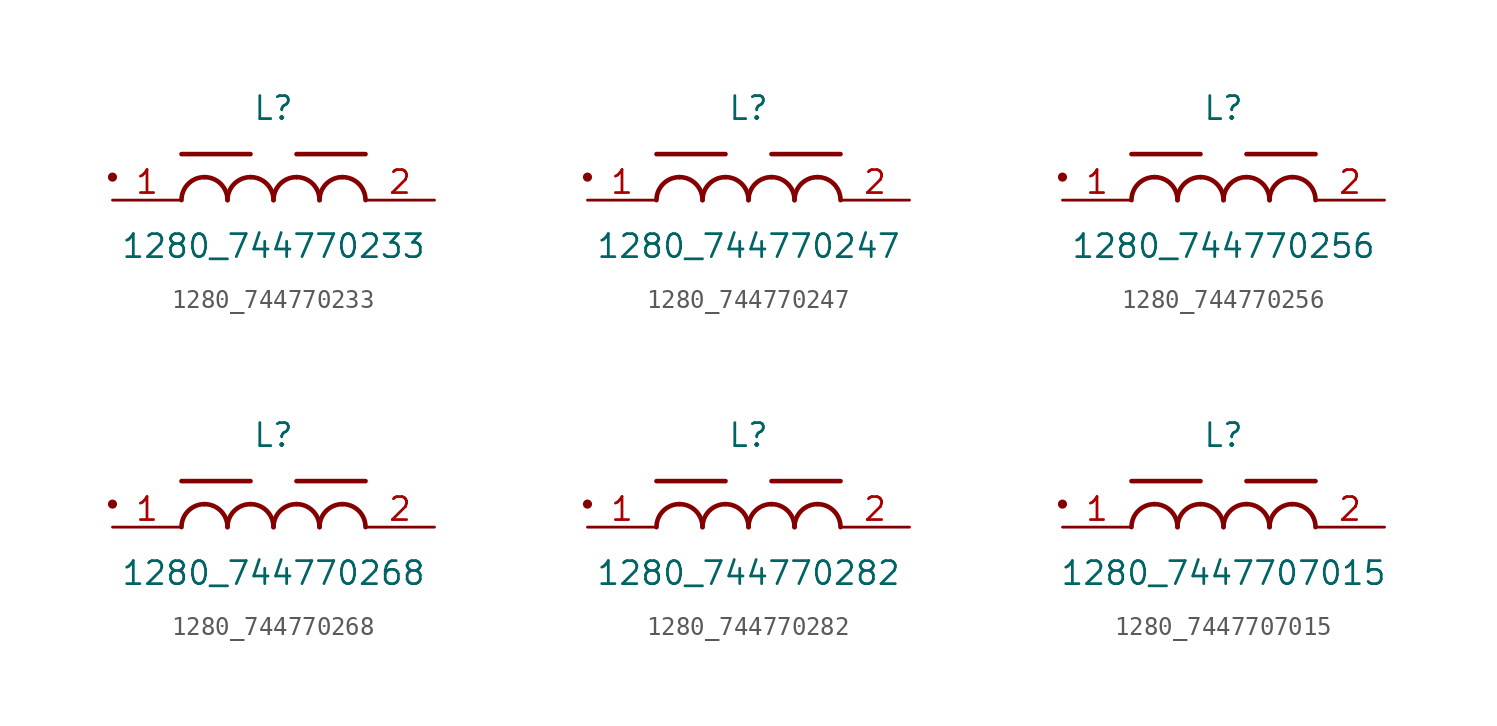
<source format=kicad_sym>
(kicad_symbol_lib
  (version 20211014)
  (generator kicad_symbol_editor)
  (symbol "Inductor_Wurth_WE-PD:1280_744770233"
    (pin_names hide)
    (property "Reference" "L"
      (at 0 5.08 0)
      (effects (font (size 1.27 1.27))))
    (property "Value" "1280_744770233"
      (at 0 -2.54 0)
      (effects (font (size 1.27 1.27))))
    (symbol "1280_744770233_0_1"
      (circle (center -8.89 1.27) (radius 0.0001) (stroke (width 0.254)) (stroke (width 0.254) (type default) (color 0 0 0 0)) (fill (type none)))
      (arc (start -3.81 1.27) (mid -4.708 0.898) (end -5.08 0) (stroke (width 0.254) (type default) (color 0 0 0 0)) (fill (type none)))
      (arc (start -2.54 0) (mid -2.912 0.898) (end -3.81 1.27) (stroke (width 0.254) (type default) (color 0 0 0 0)) (fill (type none)))
      (arc (start -1.2699 1.2701) (mid -2.1679 0.8981) (end -2.5399 0.0001) (stroke (width 0.254) (type default) (color 0 0 0 0)) (fill (type none)))
      (polyline (pts (xy -5.08 2.54) (xy -1.27 2.54)) (stroke (width 0.254) (type default) (color 0 0 0 0)) (fill (type none)))
      (polyline (pts (xy 5.08 2.54) (xy 1.27 2.54)) (stroke (width 0.254) (type default) (color 0 0 0 0)) (fill (type none)))
      (arc (start 0.0001 0.0001) (mid -0.3719 0.8981) (end -1.2699 1.2701) (stroke (width 0.254) (type default) (color 0 0 0 0)) (fill (type none)))
      (arc (start 1.2701 1.2701) (mid 0.3721 0.8981) (end 0.0001 0.0001) (stroke (width 0.254) (type default) (color 0 0 0 0)) (fill (type none)))
      (arc (start 2.5401 0.0001) (mid 2.1681 0.8981) (end 1.2701 1.2701) (stroke (width 0.254) (type default) (color 0 0 0 0)) (fill (type none)))
      (arc (start 3.8101 1.2701) (mid 2.9121 0.8981) (end 2.5401 0.0001) (stroke (width 0.254) (type default) (color 0 0 0 0)) (fill (type none)))
      (arc (start 5.0801 0.0001) (mid 4.7081 0.8981) (end 3.8101 1.2701) (stroke (width 0.254) (type default) (color 0 0 0 0)) (fill (type none))))
    (symbol "1280_744770233_1_1"
      (pin passive line (at -8.89 0 0) (length 3.81) (name "1" (effects (font (size 1.27 1.27)))) (number "1" (effects (font (size 1.27 1.27)))))
      (pin passive line (at 8.89 0 180) (length 3.81) (name "2" (effects (font (size 1.27 1.27)))) (number "2" (effects (font (size 1.27 1.27)))))))
  (symbol "Inductor_Wurth_WE-PD:1280_744770247"
    (pin_names hide)
    (property "Reference" "L"
      (at 0 5.08 0)
      (effects (font (size 1.27 1.27))))
    (property "Value" "1280_744770247"
      (at 0 -2.54 0)
      (effects (font (size 1.27 1.27))))
    (symbol "1280_744770247_0_1"
      (circle (center -8.89 1.27) (radius 0.0001) (stroke (width 0.254)) (stroke (width 0.254) (type default) (color 0 0 0 0)) (fill (type none)))
      (arc (start -3.81 1.27) (mid -4.708 0.898) (end -5.08 0) (stroke (width 0.254) (type default) (color 0 0 0 0)) (fill (type none)))
      (arc (start -2.54 0) (mid -2.912 0.898) (end -3.81 1.27) (stroke (width 0.254) (type default) (color 0 0 0 0)) (fill (type none)))
      (arc (start -1.2699 1.2701) (mid -2.1679 0.8981) (end -2.5399 0.0001) (stroke (width 0.254) (type default) (color 0 0 0 0)) (fill (type none)))
      (polyline (pts (xy -5.08 2.54) (xy -1.27 2.54)) (stroke (width 0.254) (type default) (color 0 0 0 0)) (fill (type none)))
      (polyline (pts (xy 5.08 2.54) (xy 1.27 2.54)) (stroke (width 0.254) (type default) (color 0 0 0 0)) (fill (type none)))
      (arc (start 0.0001 0.0001) (mid -0.3719 0.8981) (end -1.2699 1.2701) (stroke (width 0.254) (type default) (color 0 0 0 0)) (fill (type none)))
      (arc (start 1.2701 1.2701) (mid 0.3721 0.8981) (end 0.0001 0.0001) (stroke (width 0.254) (type default) (color 0 0 0 0)) (fill (type none)))
      (arc (start 2.5401 0.0001) (mid 2.1681 0.8981) (end 1.2701 1.2701) (stroke (width 0.254) (type default) (color 0 0 0 0)) (fill (type none)))
      (arc (start 3.8101 1.2701) (mid 2.9121 0.8981) (end 2.5401 0.0001) (stroke (width 0.254) (type default) (color 0 0 0 0)) (fill (type none)))
      (arc (start 5.0801 0.0001) (mid 4.7081 0.8981) (end 3.8101 1.2701) (stroke (width 0.254) (type default) (color 0 0 0 0)) (fill (type none))))
    (symbol "1280_744770247_1_1"
      (pin passive line (at -8.89 0 0) (length 3.81) (name "1" (effects (font (size 1.27 1.27)))) (number "1" (effects (font (size 1.27 1.27)))))
      (pin passive line (at 8.89 0 180) (length 3.81) (name "2" (effects (font (size 1.27 1.27)))) (number "2" (effects (font (size 1.27 1.27)))))))
  (symbol "Inductor_Wurth_WE-PD:1280_744770256"
    (pin_names hide)
    (property "Reference" "L"
      (at 0 5.08 0)
      (effects (font (size 1.27 1.27))))
    (property "Value" "1280_744770256"
      (at 0 -2.54 0)
      (effects (font (size 1.27 1.27))))
    (symbol "1280_744770256_0_1"
      (circle (center -8.89 1.27) (radius 0.0001) (stroke (width 0.254)) (stroke (width 0.254) (type default) (color 0 0 0 0)) (fill (type none)))
      (arc (start -3.81 1.27) (mid -4.708 0.898) (end -5.08 0) (stroke (width 0.254) (type default) (color 0 0 0 0)) (fill (type none)))
      (arc (start -2.54 0) (mid -2.912 0.898) (end -3.81 1.27) (stroke (width 0.254) (type default) (color 0 0 0 0)) (fill (type none)))
      (arc (start -1.2699 1.2701) (mid -2.1679 0.8981) (end -2.5399 0.0001) (stroke (width 0.254) (type default) (color 0 0 0 0)) (fill (type none)))
      (polyline (pts (xy -5.08 2.54) (xy -1.27 2.54)) (stroke (width 0.254) (type default) (color 0 0 0 0)) (fill (type none)))
      (polyline (pts (xy 5.08 2.54) (xy 1.27 2.54)) (stroke (width 0.254) (type default) (color 0 0 0 0)) (fill (type none)))
      (arc (start 0.0001 0.0001) (mid -0.3719 0.8981) (end -1.2699 1.2701) (stroke (width 0.254) (type default) (color 0 0 0 0)) (fill (type none)))
      (arc (start 1.2701 1.2701) (mid 0.3721 0.8981) (end 0.0001 0.0001) (stroke (width 0.254) (type default) (color 0 0 0 0)) (fill (type none)))
      (arc (start 2.5401 0.0001) (mid 2.1681 0.8981) (end 1.2701 1.2701) (stroke (width 0.254) (type default) (color 0 0 0 0)) (fill (type none)))
      (arc (start 3.8101 1.2701) (mid 2.9121 0.8981) (end 2.5401 0.0001) (stroke (width 0.254) (type default) (color 0 0 0 0)) (fill (type none)))
      (arc (start 5.0801 0.0001) (mid 4.7081 0.8981) (end 3.8101 1.2701) (stroke (width 0.254) (type default) (color 0 0 0 0)) (fill (type none))))
    (symbol "1280_744770256_1_1"
      (pin passive line (at -8.89 0 0) (length 3.81) (name "1" (effects (font (size 1.27 1.27)))) (number "1" (effects (font (size 1.27 1.27)))))
      (pin passive line (at 8.89 0 180) (length 3.81) (name "2" (effects (font (size 1.27 1.27)))) (number "2" (effects (font (size 1.27 1.27)))))))
  (symbol "Inductor_Wurth_WE-PD:1280_744770268"
    (pin_names hide)
    (property "Reference" "L"
      (at 0 5.08 0)
      (effects (font (size 1.27 1.27))))
    (property "Value" "1280_744770268"
      (at 0 -2.54 0)
      (effects (font (size 1.27 1.27))))
    (symbol "1280_744770268_0_1"
      (circle (center -8.89 1.27) (radius 0.0001) (stroke (width 0.254)) (stroke (width 0.254) (type default) (color 0 0 0 0)) (fill (type none)))
      (arc (start -3.81 1.27) (mid -4.708 0.898) (end -5.08 0) (stroke (width 0.254) (type default) (color 0 0 0 0)) (fill (type none)))
      (arc (start -2.54 0) (mid -2.912 0.898) (end -3.81 1.27) (stroke (width 0.254) (type default) (color 0 0 0 0)) (fill (type none)))
      (arc (start -1.2699 1.2701) (mid -2.1679 0.8981) (end -2.5399 0.0001) (stroke (width 0.254) (type default) (color 0 0 0 0)) (fill (type none)))
      (polyline (pts (xy -5.08 2.54) (xy -1.27 2.54)) (stroke (width 0.254) (type default) (color 0 0 0 0)) (fill (type none)))
      (polyline (pts (xy 5.08 2.54) (xy 1.27 2.54)) (stroke (width 0.254) (type default) (color 0 0 0 0)) (fill (type none)))
      (arc (start 0.0001 0.0001) (mid -0.3719 0.8981) (end -1.2699 1.2701) (stroke (width 0.254) (type default) (color 0 0 0 0)) (fill (type none)))
      (arc (start 1.2701 1.2701) (mid 0.3721 0.8981) (end 0.0001 0.0001) (stroke (width 0.254) (type default) (color 0 0 0 0)) (fill (type none)))
      (arc (start 2.5401 0.0001) (mid 2.1681 0.8981) (end 1.2701 1.2701) (stroke (width 0.254) (type default) (color 0 0 0 0)) (fill (type none)))
      (arc (start 3.8101 1.2701) (mid 2.9121 0.8981) (end 2.5401 0.0001) (stroke (width 0.254) (type default) (color 0 0 0 0)) (fill (type none)))
      (arc (start 5.0801 0.0001) (mid 4.7081 0.8981) (end 3.8101 1.2701) (stroke (width 0.254) (type default) (color 0 0 0 0)) (fill (type none))))
    (symbol "1280_744770268_1_1"
      (pin passive line (at -8.89 0 0) (length 3.81) (name "1" (effects (font (size 1.27 1.27)))) (number "1" (effects (font (size 1.27 1.27)))))
      (pin passive line (at 8.89 0 180) (length 3.81) (name "2" (effects (font (size 1.27 1.27)))) (number "2" (effects (font (size 1.27 1.27)))))))
  (symbol "Inductor_Wurth_WE-PD:1280_744770282"
    (pin_names hide)
    (property "Reference" "L"
      (at 0 5.08 0)
      (effects (font (size 1.27 1.27))))
    (property "Value" "1280_744770282"
      (at 0 -2.54 0)
      (effects (font (size 1.27 1.27))))
    (symbol "1280_744770282_0_1"
      (circle (center -8.89 1.27) (radius 0.0001) (stroke (width 0.254)) (stroke (width 0.254) (type default) (color 0 0 0 0)) (fill (type none)))
      (arc (start -3.81 1.27) (mid -4.708 0.898) (end -5.08 0) (stroke (width 0.254) (type default) (color 0 0 0 0)) (fill (type none)))
      (arc (start -2.54 0) (mid -2.912 0.898) (end -3.81 1.27) (stroke (width 0.254) (type default) (color 0 0 0 0)) (fill (type none)))
      (arc (start -1.2699 1.2701) (mid -2.1679 0.8981) (end -2.5399 0.0001) (stroke (width 0.254) (type default) (color 0 0 0 0)) (fill (type none)))
      (polyline (pts (xy -5.08 2.54) (xy -1.27 2.54)) (stroke (width 0.254) (type default) (color 0 0 0 0)) (fill (type none)))
      (polyline (pts (xy 5.08 2.54) (xy 1.27 2.54)) (stroke (width 0.254) (type default) (color 0 0 0 0)) (fill (type none)))
      (arc (start 0.0001 0.0001) (mid -0.3719 0.8981) (end -1.2699 1.2701) (stroke (width 0.254) (type default) (color 0 0 0 0)) (fill (type none)))
      (arc (start 1.2701 1.2701) (mid 0.3721 0.8981) (end 0.0001 0.0001) (stroke (width 0.254) (type default) (color 0 0 0 0)) (fill (type none)))
      (arc (start 2.5401 0.0001) (mid 2.1681 0.8981) (end 1.2701 1.2701) (stroke (width 0.254) (type default) (color 0 0 0 0)) (fill (type none)))
      (arc (start 3.8101 1.2701) (mid 2.9121 0.8981) (end 2.5401 0.0001) (stroke (width 0.254) (type default) (color 0 0 0 0)) (fill (type none)))
      (arc (start 5.0801 0.0001) (mid 4.7081 0.8981) (end 3.8101 1.2701) (stroke (width 0.254) (type default) (color 0 0 0 0)) (fill (type none))))
    (symbol "1280_744770282_1_1"
      (pin passive line (at -8.89 0 0) (length 3.81) (name "1" (effects (font (size 1.27 1.27)))) (number "1" (effects (font (size 1.27 1.27)))))
      (pin passive line (at 8.89 0 180) (length 3.81) (name "2" (effects (font (size 1.27 1.27)))) (number "2" (effects (font (size 1.27 1.27)))))))
  (symbol "Inductor_Wurth_WE-PD:1280_7447707015"
    (pin_names hide)
    (property "Reference" "L"
      (at 0 5.08 0)
      (effects (font (size 1.27 1.27))))
    (property "Value" "1280_7447707015"
      (at 0 -2.54 0)
      (effects (font (size 1.27 1.27))))
    (symbol "1280_7447707015_0_1"
      (circle (center -8.89 1.27) (radius 0.0001) (stroke (width 0.254)) (stroke (width 0.254) (type default) (color 0 0 0 0)) (fill (type none)))
      (arc (start -3.81 1.27) (mid -4.708 0.898) (end -5.08 0) (stroke (width 0.254) (type default) (color 0 0 0 0)) (fill (type none)))
      (arc (start -2.54 0) (mid -2.912 0.898) (end -3.81 1.27) (stroke (width 0.254) (type default) (color 0 0 0 0)) (fill (type none)))
      (arc (start -1.2699 1.2701) (mid -2.1679 0.8981) (end -2.5399 0.0001) (stroke (width 0.254) (type default) (color 0 0 0 0)) (fill (type none)))
      (polyline (pts (xy -5.08 2.54) (xy -1.27 2.54)) (stroke (width 0.254) (type default) (color 0 0 0 0)) (fill (type none)))
      (polyline (pts (xy 5.08 2.54) (xy 1.27 2.54)) (stroke (width 0.254) (type default) (color 0 0 0 0)) (fill (type none)))
      (arc (start 0.0001 0.0001) (mid -0.3719 0.8981) (end -1.2699 1.2701) (stroke (width 0.254) (type default) (color 0 0 0 0)) (fill (type none)))
      (arc (start 1.2701 1.2701) (mid 0.3721 0.8981) (end 0.0001 0.0001) (stroke (width 0.254) (type default) (color 0 0 0 0)) (fill (type none)))
      (arc (start 2.5401 0.0001) (mid 2.1681 0.8981) (end 1.2701 1.2701) (stroke (width 0.254) (type default) (color 0 0 0 0)) (fill (type none)))
      (arc (start 3.8101 1.2701) (mid 2.9121 0.8981) (end 2.5401 0.0001) (stroke (width 0.254) (type default) (color 0 0 0 0)) (fill (type none)))
      (arc (start 5.0801 0.0001) (mid 4.7081 0.8981) (end 3.8101 1.2701) (stroke (width 0.254) (type default) (color 0 0 0 0)) (fill (type none))))
    (symbol "1280_7447707015_1_1"
      (pin passive line (at -8.89 0 0) (length 3.81) (name "1" (effects (font (size 1.27 1.27)))) (number "1" (effects (font (size 1.27 1.27)))))
      (pin passive line (at 8.89 0 180) (length 3.81) (name "2" (effects (font (size 1.27 1.27)))) (number "2" (effects (font (size 1.27 1.27))))))))
</source>
